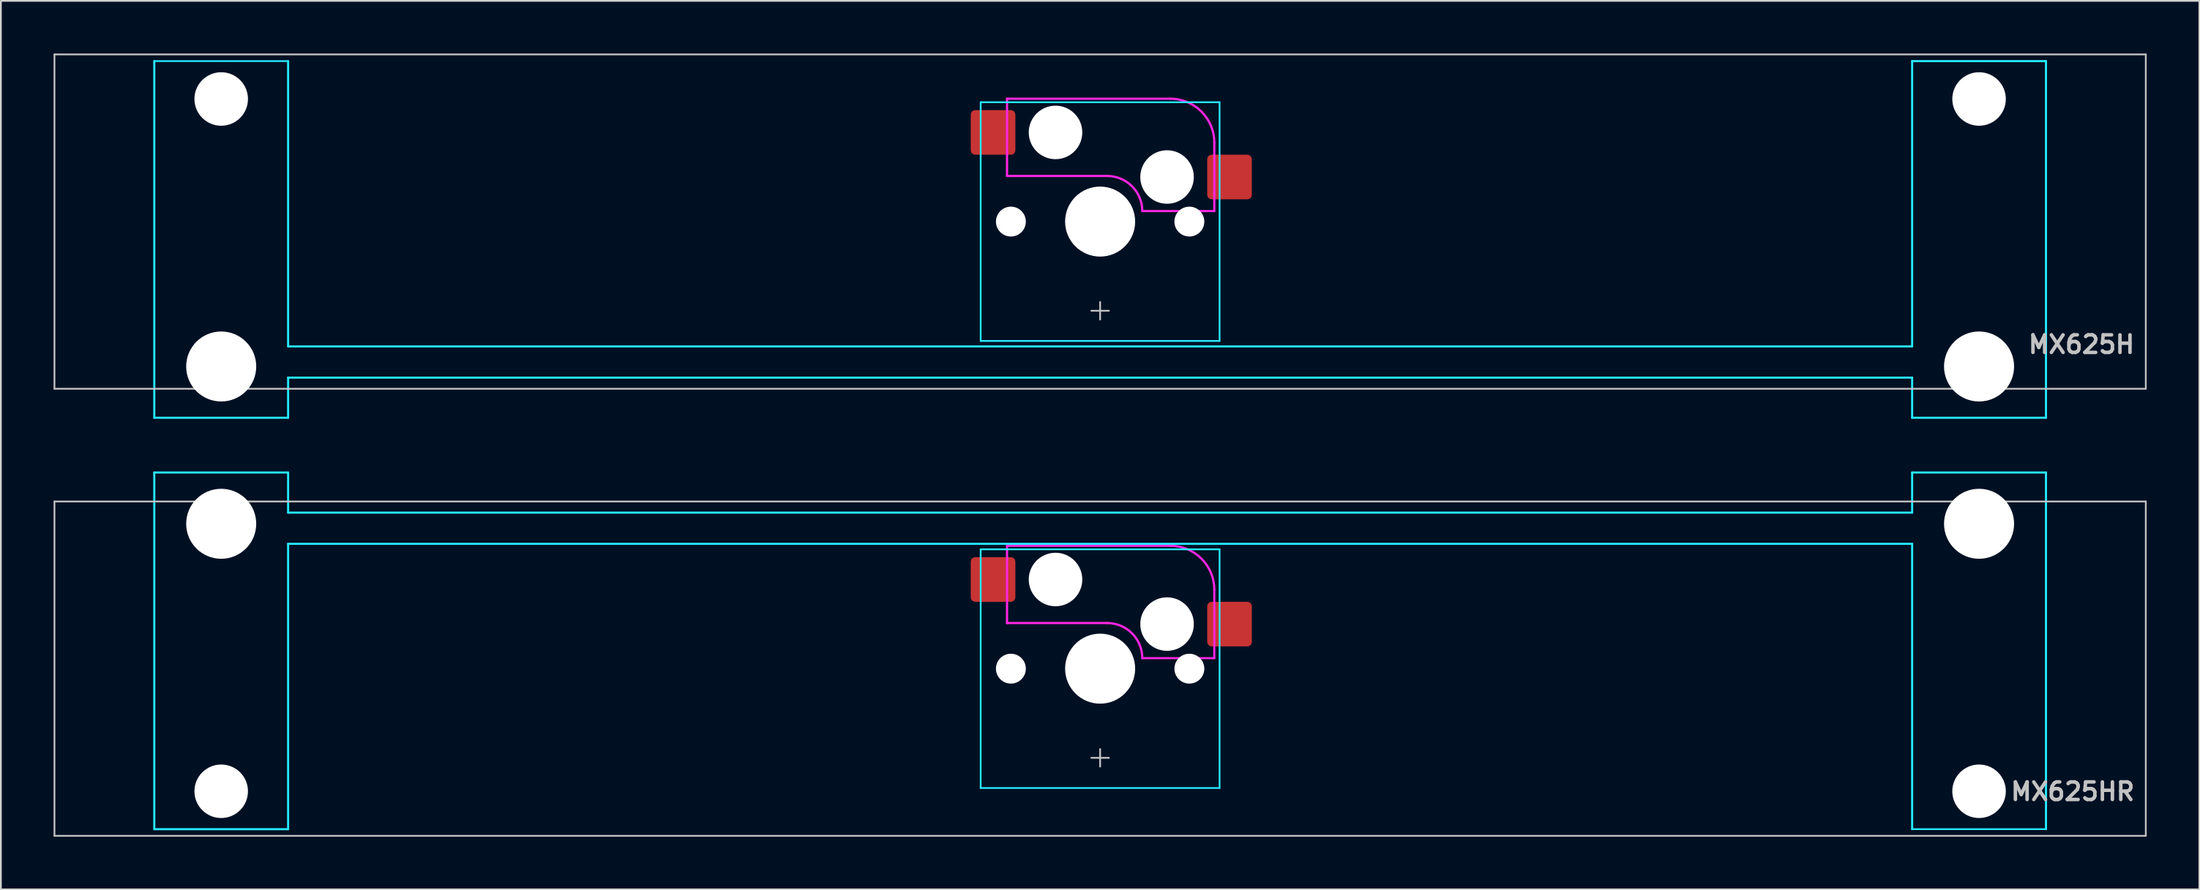
<source format=kicad_pcb>
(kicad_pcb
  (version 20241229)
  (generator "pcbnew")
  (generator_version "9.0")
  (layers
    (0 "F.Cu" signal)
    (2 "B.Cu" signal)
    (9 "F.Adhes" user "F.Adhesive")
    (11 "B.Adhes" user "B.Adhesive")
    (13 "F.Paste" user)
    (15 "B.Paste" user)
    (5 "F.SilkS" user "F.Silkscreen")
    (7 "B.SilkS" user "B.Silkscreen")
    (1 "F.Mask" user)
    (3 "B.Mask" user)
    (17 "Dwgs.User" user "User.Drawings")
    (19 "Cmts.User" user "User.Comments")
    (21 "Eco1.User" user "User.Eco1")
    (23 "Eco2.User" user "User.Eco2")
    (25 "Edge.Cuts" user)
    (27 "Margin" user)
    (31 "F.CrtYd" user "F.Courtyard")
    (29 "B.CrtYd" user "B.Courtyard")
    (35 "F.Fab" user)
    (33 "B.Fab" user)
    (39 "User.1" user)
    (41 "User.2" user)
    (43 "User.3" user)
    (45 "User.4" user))
  (footprint "MX625HR"
    (layer "F.Cu")
    (at 59.581 35.047)
    (property "Reference" "MX625HR" (at 59 7 0) (layer "Dwgs.User") (effects (font (size 1 1) (thickness 0.2)) (justify right)))
    (attr smd)
    (fp_line (start -59.531 -9.525) (end -59.531 9.525) (stroke (width 0.1) (type solid)) (layer "Dwgs.User"))
    (fp_line (start -59.531 -9.525) (end 59.531 -9.525) (stroke (width 0.1) (type solid)) (layer "Dwgs.User"))
    (fp_line (start -59.531 9.525) (end 59.531 9.525) (stroke (width 0.1) (type solid)) (layer "Dwgs.User"))
    (fp_line (start -0.5 5.08) (end 0.5 5.08) (stroke (width 0.1) (type solid)) (layer "Dwgs.User"))
    (fp_line (start 0 4.58) (end 0 5.58) (stroke (width 0.1) (type solid)) (layer "Dwgs.User"))
    (fp_line (start 59.531 -9.525) (end 59.531 9.525) (stroke (width 0.1) (type solid)) (layer "Dwgs.User"))
    (fp_line (start -53.538 -8.515) (end -53.538 5.485) (stroke (width 0.1) (type solid)) (layer "Eco1.User"))
    (fp_line (start -53.038 -9.015) (end -47.038 -9.015) (stroke (width 0.1) (type solid)) (layer "Eco1.User"))
    (fp_line (start -47.038 5.985) (end -53.038 5.985) (stroke (width 0.1) (type solid)) (layer "Eco1.User"))
    (fp_line (start -46.538 5.485) (end -46.538 -8.515) (stroke (width 0.1) (type solid)) (layer "Eco1.User"))
    (fp_line (start -7 -6.5) (end -7 6.5) (stroke (width 0.1) (type solid)) (layer "Eco1.User"))
    (fp_line (start -6.5 7) (end 6.5 7) (stroke (width 0.1) (type solid)) (layer "Eco1.User"))
    (fp_line (start 6.5 -7) (end -6.5 -7) (stroke (width 0.1) (type solid)) (layer "Eco1.User"))
    (fp_line (start 7 6.5) (end 7 -6.5) (stroke (width 0.1) (type solid)) (layer "Eco1.User"))
    (fp_line (start 46.538 -8.515) (end 46.538 5.485) (stroke (width 0.1) (type solid)) (layer "Eco1.User"))
    (fp_line (start 47.038 -9.015) (end 53.038 -9.015) (stroke (width 0.1) (type solid)) (layer "Eco1.User"))
    (fp_line (start 53.038 5.985) (end 47.038 5.985) (stroke (width 0.1) (type solid)) (layer "Eco1.User"))
    (fp_line (start 53.538 5.485) (end 53.538 -8.515) (stroke (width 0.1) (type solid)) (layer "Eco1.User"))
    (fp_arc (start -53.538 -8.515) (mid -53.391553 -8.868553) (end -53.038 -9.015) (stroke (width 0.1) (type solid)) (layer "Eco1.User"))
    (fp_arc (start -53.038 5.985) (mid -53.391553 5.838553) (end -53.538 5.485) (stroke (width 0.1) (type solid)) (layer "Eco1.User"))
    (fp_arc (start -47.038 -9.015) (mid -46.684447 -8.868553) (end -46.538 -8.515) (stroke (width 0.1) (type solid)) (layer "Eco1.User"))
    (fp_arc (start -46.538 5.485) (mid -46.684447 5.838553) (end -47.038 5.985) (stroke (width 0.1) (type solid)) (layer "Eco1.User"))
    (fp_arc (start -7 -6.5) (mid -6.853553 -6.853553) (end -6.5 -7) (stroke (width 0.1) (type solid)) (layer "Eco1.User"))
    (fp_arc (start -6.5 7) (mid -6.853553 6.853553) (end -7 6.5) (stroke (width 0.1) (type solid)) (layer "Eco1.User"))
    (fp_arc (start 6.5 -7) (mid 6.853553 -6.853553) (end 7 -6.5) (stroke (width 0.1) (type solid)) (layer "Eco1.User"))
    (fp_arc (start 7 6.5) (mid 6.853553 6.853553) (end 6.5 7) (stroke (width 0.1) (type solid)) (layer "Eco1.User"))
    (fp_arc (start 46.538 -8.515) (mid 46.684447 -8.868553) (end 47.038 -9.015) (stroke (width 0.1) (type solid)) (layer "Eco1.User"))
    (fp_arc (start 47.038 5.985) (mid 46.684447 5.838553) (end 46.538 5.485) (stroke (width 0.1) (type solid)) (layer "Eco1.User"))
    (fp_arc (start 53.038 -9.015) (mid 53.391553 -8.868553) (end 53.538 -8.515) (stroke (width 0.1) (type solid)) (layer "Eco1.User"))
    (fp_arc (start 53.538 5.485) (mid 53.391553 5.838553) (end 53.038 5.985) (stroke (width 0.1) (type solid)) (layer "Eco1.User"))
    (fp_line (start -53.848 -11.176) (end -53.848 9.144) (stroke (width 0.12) (type solid)) (layer "B.CrtYd"))
    (fp_line (start -53.848 -11.176) (end -46.228 -11.176) (stroke (width 0.12) (type solid)) (layer "B.CrtYd"))
    (fp_line (start -53.848 9.144) (end -46.228 9.144) (stroke (width 0.12) (type solid)) (layer "B.CrtYd"))
    (fp_line (start -46.228 -11.176) (end -46.228 -8.89) (stroke (width 0.12) (type solid)) (layer "B.CrtYd"))
    (fp_line (start -46.228 -7.112) (end -46.228 9.144) (stroke (width 0.12) (type solid)) (layer "B.CrtYd"))
    (fp_line (start -6.8 -6.8) (end -6.8 6.8) (stroke (width 0.1) (type solid)) (layer "B.CrtYd"))
    (fp_line (start 6.8 -6.8) (end -6.8 -6.8) (stroke (width 0.1) (type solid)) (layer "B.CrtYd"))
    (fp_line (start 6.8 -6.8) (end 6.8 6.8) (stroke (width 0.1) (type solid)) (layer "B.CrtYd"))
    (fp_line (start 6.8 6.8) (end -6.8 6.8) (stroke (width 0.1) (type solid)) (layer "B.CrtYd"))
    (fp_line (start 46.228 -11.176) (end 46.228 -8.89) (stroke (width 0.12) (type solid)) (layer "B.CrtYd"))
    (fp_line (start 46.228 -8.89) (end -46.228 -8.89) (stroke (width 0.12) (type solid)) (layer "B.CrtYd"))
    (fp_line (start 46.228 -7.112) (end -46.228 -7.112) (stroke (width 0.12) (type solid)) (layer "B.CrtYd"))
    (fp_line (start 46.228 -7.112) (end 46.228 9.144) (stroke (width 0.12) (type solid)) (layer "B.CrtYd"))
    (fp_line (start 53.848 -11.176) (end 46.228 -11.176) (stroke (width 0.12) (type solid)) (layer "B.CrtYd"))
    (fp_line (start 53.848 -11.176) (end 53.848 9.144) (stroke (width 0.12) (type solid)) (layer "B.CrtYd"))
    (fp_line (start 53.848 9.144) (end 46.228 9.144) (stroke (width 0.1) (type solid)) (layer "B.CrtYd"))
    (fp_line (start -5.3 -7) (end -5.3 -2.6) (stroke (width 0.127) (type solid)) (layer "F.CrtYd"))
    (fp_line (start -5.2 -7) (end -5.3 -7) (stroke (width 0.12) (type solid)) (layer "F.CrtYd"))
    (fp_line (start 0.4 -2.6) (end -5.3 -2.6) (stroke (width 0.127) (type solid)) (layer "F.CrtYd"))
    (fp_line (start 4 -7) (end -5.2 -7) (stroke (width 0.12) (type solid)) (layer "F.CrtYd"))
    (fp_line (start 6.5 -4.5) (end 6.5 -0.6) (stroke (width 0.12) (type solid)) (layer "F.CrtYd"))
    (fp_line (start 6.5 -0.6) (end 2.4 -0.6) (stroke (width 0.12) (type solid)) (layer "F.CrtYd"))
    (fp_arc (start 0.4 -2.6) (mid 1.814214 -2.014214) (end 2.4 -0.6) (stroke (width 0.127) (type solid)) (layer "F.CrtYd"))
    (fp_arc (start 4 -7) (mid 5.767767 -6.267767) (end 6.5 -4.5) (stroke (width 0.127) (type solid)) (layer "F.CrtYd"))
    (pad "" np_thru_hole circle (at -50.038 -8.255 180) (size 3.988 3.988) (drill 3.988) (layers "*.Cu" "*.Mask"))
    (pad "" np_thru_hole circle (at -50.038 6.985 180) (size 3.048 3.048) (drill 3.048) (layers "*.Cu" "*.Mask"))
    (pad "" np_thru_hole circle (at -5.08 0) (size 1.702 1.702) (drill 1.702) (layers "*.Cu" "*.Mask"))
    (pad "" np_thru_hole circle (at -2.54 -5.08) (size 3.048 3.048) (drill 3.048) (layers "*.Cu" "*.Mask"))
    (pad "" np_thru_hole circle (at 0 0) (size 3.988 3.988) (drill 3.988) (layers "*.Cu" "*.Mask"))
    (pad "" np_thru_hole circle (at 3.81 -2.54) (size 3.048 3.048) (drill 3.048) (layers "*.Cu" "*.Mask"))
    (pad "" np_thru_hole circle (at 5.08 0) (size 1.702 1.702) (drill 1.702) (layers "*.Cu" "*.Mask"))
    (pad "" np_thru_hole circle (at 50.038 -8.255 180) (size 3.988 3.988) (drill 3.988) (layers "*.Cu" "*.Mask"))
    (pad "" np_thru_hole circle (at 50.038 6.985 180) (size 3.048 3.048) (drill 3.048) (layers "*.Cu" "*.Mask"))
    (pad "1" smd roundrect (at -6.096 -5.08) (size 2.54 2.54) (layers "F.Cu" "F.Mask") (roundrect_rratio 0.1))
    (pad "2" smd roundrect (at 7.366 -2.54) (size 2.54 2.54) (layers "F.Cu" "F.Mask") (roundrect_rratio 0.1)))
  (footprint "MX625H"
    (layer "F.Cu")
    (at 59.581 9.575)
    (property "Reference" "MX625H" (at 59 7 0) (layer "Dwgs.User") (effects (font (size 1 1) (thickness 0.2)) (justify right)))
    (attr smd)
    (fp_line (start -59.531 -9.525) (end -59.531 9.525) (stroke (width 0.1) (type solid)) (layer "Dwgs.User"))
    (fp_line (start -59.531 -9.525) (end 59.531 -9.525) (stroke (width 0.1) (type solid)) (layer "Dwgs.User"))
    (fp_line (start -59.531 9.525) (end 59.531 9.525) (stroke (width 0.1) (type solid)) (layer "Dwgs.User"))
    (fp_line (start -0.5 5.08) (end 0.5 5.08) (stroke (width 0.1) (type solid)) (layer "Dwgs.User"))
    (fp_line (start 0 4.58) (end 0 5.58) (stroke (width 0.1) (type solid)) (layer "Dwgs.User"))
    (fp_line (start 59.531 -9.525) (end 59.531 9.525) (stroke (width 0.1) (type solid)) (layer "Dwgs.User"))
    (fp_line (start -53.538 -5.485) (end -53.538 8.515) (stroke (width 0.1) (type solid)) (layer "Eco1.User"))
    (fp_line (start -53.038 -5.985) (end -47.038 -5.985) (stroke (width 0.1) (type solid)) (layer "Eco1.User"))
    (fp_line (start -47.038 9.015) (end -53.038 9.015) (stroke (width 0.1) (type solid)) (layer "Eco1.User"))
    (fp_line (start -46.538 8.515) (end -46.538 -5.485) (stroke (width 0.1) (type solid)) (layer "Eco1.User"))
    (fp_line (start -7 -6.5) (end -7 6.5) (stroke (width 0.1) (type solid)) (layer "Eco1.User"))
    (fp_line (start -6.5 7) (end 6.5 7) (stroke (width 0.1) (type solid)) (layer "Eco1.User"))
    (fp_line (start 6.5 -7) (end -6.5 -7) (stroke (width 0.1) (type solid)) (layer "Eco1.User"))
    (fp_line (start 7 6.5) (end 7 -6.5) (stroke (width 0.1) (type solid)) (layer "Eco1.User"))
    (fp_line (start 46.538 -5.485) (end 46.538 8.515) (stroke (width 0.1) (type solid)) (layer "Eco1.User"))
    (fp_line (start 47.038 -5.985) (end 53.038 -5.985) (stroke (width 0.1) (type solid)) (layer "Eco1.User"))
    (fp_line (start 53.038 9.015) (end 47.038 9.015) (stroke (width 0.1) (type solid)) (layer "Eco1.User"))
    (fp_line (start 53.538 8.515) (end 53.538 -5.485) (stroke (width 0.1) (type solid)) (layer "Eco1.User"))
    (fp_arc (start -53.538 -5.485) (mid -53.391553 -5.838553) (end -53.038 -5.985) (stroke (width 0.1) (type solid)) (layer "Eco1.User"))
    (fp_arc (start -53.038 9.015) (mid -53.391553 8.868553) (end -53.538 8.515) (stroke (width 0.1) (type solid)) (layer "Eco1.User"))
    (fp_arc (start -47.038 -5.985) (mid -46.684447 -5.838553) (end -46.538 -5.485) (stroke (width 0.1) (type solid)) (layer "Eco1.User"))
    (fp_arc (start -46.538 8.515) (mid -46.684447 8.868553) (end -47.038 9.015) (stroke (width 0.1) (type solid)) (layer "Eco1.User"))
    (fp_arc (start -7 -6.5) (mid -6.853553 -6.853553) (end -6.5 -7) (stroke (width 0.1) (type solid)) (layer "Eco1.User"))
    (fp_arc (start -6.5 7) (mid -6.853553 6.853553) (end -7 6.5) (stroke (width 0.1) (type solid)) (layer "Eco1.User"))
    (fp_arc (start 6.5 -7) (mid 6.853553 -6.853553) (end 7 -6.5) (stroke (width 0.1) (type solid)) (layer "Eco1.User"))
    (fp_arc (start 7 6.5) (mid 6.853553 6.853553) (end 6.5 7) (stroke (width 0.1) (type solid)) (layer "Eco1.User"))
    (fp_arc (start 46.538 -5.485) (mid 46.684447 -5.838553) (end 47.038 -5.985) (stroke (width 0.1) (type solid)) (layer "Eco1.User"))
    (fp_arc (start 47.038 9.015) (mid 46.684447 8.868553) (end 46.538 8.515) (stroke (width 0.1) (type solid)) (layer "Eco1.User"))
    (fp_arc (start 53.038 -5.985) (mid 53.391553 -5.838553) (end 53.538 -5.485) (stroke (width 0.1) (type solid)) (layer "Eco1.User"))
    (fp_arc (start 53.538 8.515) (mid 53.391553 8.868553) (end 53.038 9.015) (stroke (width 0.1) (type solid)) (layer "Eco1.User"))
    (fp_line (start -53.848 -9.144) (end -46.228 -9.144) (stroke (width 0.1) (type solid)) (layer "B.CrtYd"))
    (fp_line (start -53.848 11.176) (end -53.848 -9.144) (stroke (width 0.12) (type solid)) (layer "B.CrtYd"))
    (fp_line (start -53.848 11.176) (end -46.228 11.176) (stroke (width 0.12) (type solid)) (layer "B.CrtYd"))
    (fp_line (start -46.228 7.112) (end -46.228 -9.144) (stroke (width 0.12) (type solid)) (layer "B.CrtYd"))
    (fp_line (start -46.228 7.112) (end 46.228 7.112) (stroke (width 0.12) (type solid)) (layer "B.CrtYd"))
    (fp_line (start -46.228 8.89) (end 46.228 8.89) (stroke (width 0.12) (type solid)) (layer "B.CrtYd"))
    (fp_line (start -46.228 11.176) (end -46.228 8.89) (stroke (width 0.12) (type solid)) (layer "B.CrtYd"))
    (fp_line (start -6.8 -6.8) (end -6.8 6.8) (stroke (width 0.1) (type solid)) (layer "B.CrtYd"))
    (fp_line (start 6.8 -6.8) (end -6.8 -6.8) (stroke (width 0.1) (type solid)) (layer "B.CrtYd"))
    (fp_line (start 6.8 -6.8) (end 6.8 6.8) (stroke (width 0.1) (type solid)) (layer "B.CrtYd"))
    (fp_line (start 6.8 6.8) (end -6.8 6.8) (stroke (width 0.1) (type solid)) (layer "B.CrtYd"))
    (fp_line (start 46.228 7.112) (end 46.228 -9.144) (stroke (width 0.12) (type solid)) (layer "B.CrtYd"))
    (fp_line (start 46.228 11.176) (end 46.228 8.89) (stroke (width 0.12) (type solid)) (layer "B.CrtYd"))
    (fp_line (start 53.848 -9.144) (end 46.228 -9.144) (stroke (width 0.12) (type solid)) (layer "B.CrtYd"))
    (fp_line (start 53.848 11.176) (end 46.228 11.176) (stroke (width 0.12) (type solid)) (layer "B.CrtYd"))
    (fp_line (start 53.848 11.176) (end 53.848 -9.144) (stroke (width 0.12) (type solid)) (layer "B.CrtYd"))
    (fp_line (start -5.3 -7) (end -5.3 -2.6) (stroke (width 0.127) (type solid)) (layer "F.CrtYd"))
    (fp_line (start -5.2 -7) (end -5.3 -7) (stroke (width 0.12) (type solid)) (layer "F.CrtYd"))
    (fp_line (start 0.4 -2.6) (end -5.3 -2.6) (stroke (width 0.127) (type solid)) (layer "F.CrtYd"))
    (fp_line (start 4 -7) (end -5.2 -7) (stroke (width 0.12) (type solid)) (layer "F.CrtYd"))
    (fp_line (start 6.5 -4.5) (end 6.5 -0.6) (stroke (width 0.127) (type solid)) (layer "F.CrtYd"))
    (fp_line (start 6.5 -0.6) (end 2.4 -0.6) (stroke (width 0.12) (type solid)) (layer "F.CrtYd"))
    (fp_arc (start 0.4 -2.6) (mid 1.814214 -2.014214) (end 2.4 -0.6) (stroke (width 0.127) (type solid)) (layer "F.CrtYd"))
    (fp_arc (start 4 -7) (mid 5.767767 -6.267767) (end 6.5 -4.5) (stroke (width 0.127) (type solid)) (layer "F.CrtYd"))
    (pad "" np_thru_hole circle (at -50.038 -6.985) (size 3.048 3.048) (drill 3.048) (layers "*.Cu" "*.Mask"))
    (pad "" np_thru_hole circle (at -50.038 8.255) (size 3.988 3.988) (drill 3.988) (layers "*.Cu" "*.Mask"))
    (pad "" np_thru_hole circle (at -5.08 0) (size 1.702 1.702) (drill 1.702) (layers "*.Cu" "*.Mask"))
    (pad "" np_thru_hole circle (at -2.54 -5.08) (size 3.048 3.048) (drill 3.048) (layers "*.Cu" "*.Mask"))
    (pad "" np_thru_hole circle (at 0 0) (size 3.988 3.988) (drill 3.988) (layers "*.Cu" "*.Mask"))
    (pad "" np_thru_hole circle (at 3.81 -2.54) (size 3.048 3.048) (drill 3.048) (layers "*.Cu" "*.Mask"))
    (pad "" np_thru_hole circle (at 5.08 0) (size 1.702 1.702) (drill 1.702) (layers "*.Cu" "*.Mask"))
    (pad "" np_thru_hole circle (at 50.038 -6.985) (size 3.048 3.048) (drill 3.048) (layers "*.Cu" "*.Mask"))
    (pad "" np_thru_hole circle (at 50.038 8.255) (size 3.988 3.988) (drill 3.988) (layers "*.Cu" "*.Mask"))
    (pad "1" smd roundrect (at -6.096 -5.08) (size 2.54 2.54) (layers "F.Cu" "F.Mask") (roundrect_rratio 0.1))
    (pad "2" smd roundrect (at 7.366 -2.54) (size 2.54 2.54) (layers "F.Cu" "F.Mask") (roundrect_rratio 0.1)))
  (gr_rect
    (start -3 -3)
    (end 122.162 47.622)
    (stroke (width 0.1) (type default))
    (fill no)
    (layer "Edge.Cuts")))
</source>
